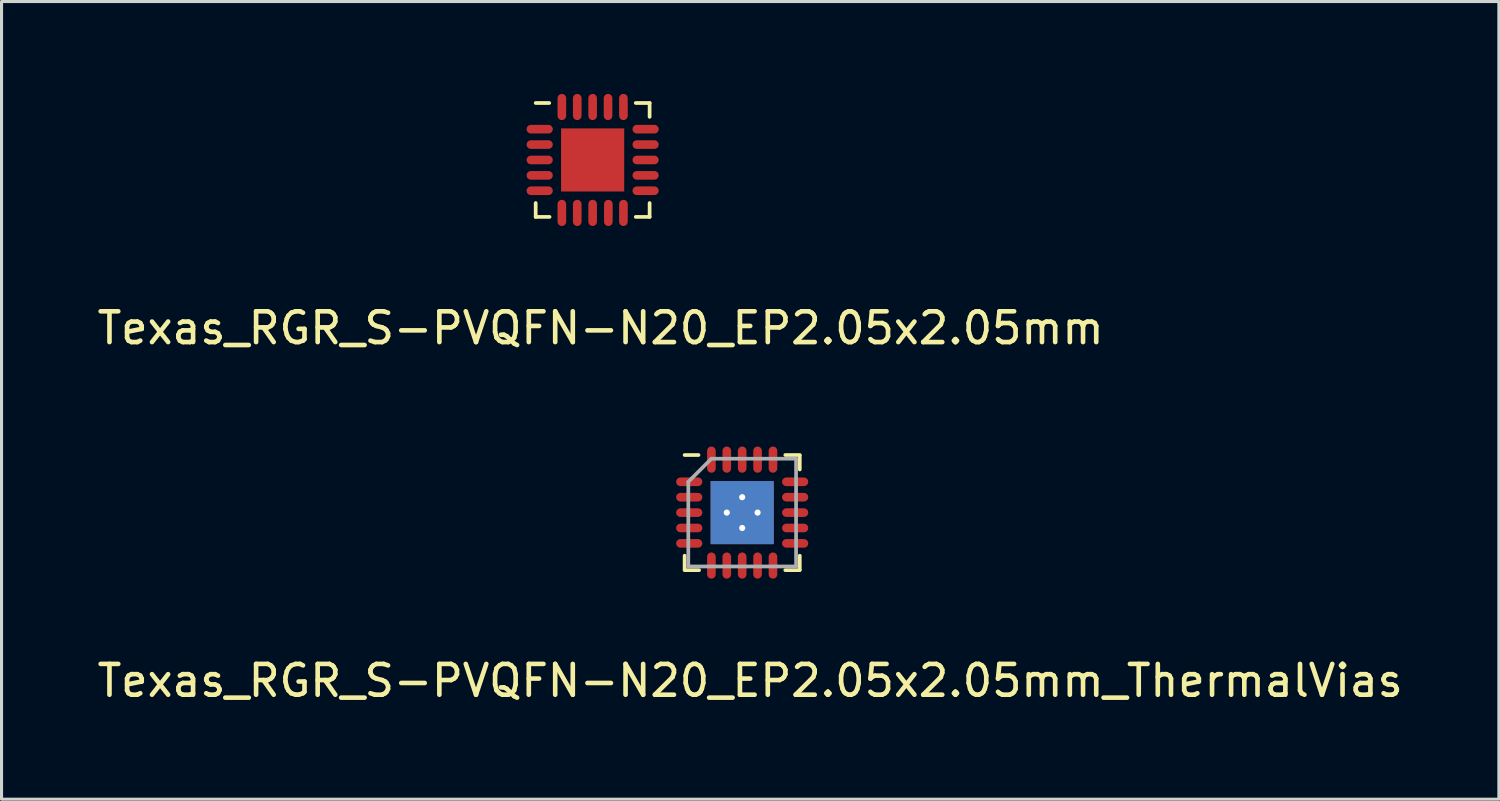
<source format=kicad_pcb>
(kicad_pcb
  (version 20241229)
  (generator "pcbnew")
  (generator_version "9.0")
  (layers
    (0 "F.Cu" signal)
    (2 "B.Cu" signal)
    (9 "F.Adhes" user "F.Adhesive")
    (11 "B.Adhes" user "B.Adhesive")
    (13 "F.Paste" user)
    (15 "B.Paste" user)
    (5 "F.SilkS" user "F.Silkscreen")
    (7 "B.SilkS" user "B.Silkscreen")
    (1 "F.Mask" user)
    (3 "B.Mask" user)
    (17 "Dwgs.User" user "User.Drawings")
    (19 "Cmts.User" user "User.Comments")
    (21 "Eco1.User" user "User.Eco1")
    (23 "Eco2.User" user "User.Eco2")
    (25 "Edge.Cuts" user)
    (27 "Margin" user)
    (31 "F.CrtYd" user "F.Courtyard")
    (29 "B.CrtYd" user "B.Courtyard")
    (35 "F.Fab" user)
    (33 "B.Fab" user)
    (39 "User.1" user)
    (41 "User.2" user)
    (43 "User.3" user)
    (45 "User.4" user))
  (footprint "Texas_RGR_S-PVQFN-N20_EP2.05x2.05mm"
    (layer "F.Cu")
    (at 16.198 2.145)
    (property "Reference" "Texas_RGR_S-PVQFN-N20_EP2.05x2.05mm" (at 0.26 5.46 0) (layer "F.SilkS") (effects (font (size 1 1) (thickness 0.15))))
    (attr smd)
    (fp_line (start -1.85 1.4) (end -1.85 1.85) (stroke (width 0.12) (type solid)) (layer "F.SilkS"))
    (fp_line (start -1.85 1.85) (end -1.4 1.85) (stroke (width 0.12) (type solid)) (layer "F.SilkS"))
    (fp_line (start -1.41 -1.85) (end -1.85 -1.85) (stroke (width 0.12) (type solid)) (layer "F.SilkS"))
    (fp_line (start 1.4 1.85) (end 1.85 1.85) (stroke (width 0.12) (type solid)) (layer "F.SilkS"))
    (fp_line (start 1.85 -1.85) (end 1.4 -1.85) (stroke (width 0.12) (type solid)) (layer "F.SilkS"))
    (fp_line (start 1.85 -1.85) (end 1.85 -1.4) (stroke (width 0.12) (type solid)) (layer "F.SilkS"))
    (fp_line (start 1.85 1.85) (end 1.85 1.4) (stroke (width 0.12) (type solid)) (layer "F.SilkS"))
    (pad "" smd oval (at -1.72 -1 270) (size 0.23 0.8) (layers "F.Paste"))
    (pad "" smd oval (at -1.72 -0.5 270) (size 0.23 0.8) (layers "F.Paste"))
    (pad "" smd oval (at -1.72 0 270) (size 0.23 0.8) (layers "F.Paste"))
    (pad "" smd oval (at -1.72 0.5 270) (size 0.23 0.8) (layers "F.Paste"))
    (pad "" smd oval (at -1.72 1 90) (size 0.23 0.8) (layers "F.Paste"))
    (pad "" smd oval (at -1 -1.72 180) (size 0.23 0.8) (layers "F.Paste"))
    (pad "" smd oval (at -1 1.72) (size 0.23 0.8) (layers "F.Paste"))
    (pad "" smd oval (at -0.5 -1.72 180) (size 0.23 0.8) (layers "F.Paste"))
    (pad "" smd oval (at -0.5 1.72) (size 0.23 0.8) (layers "F.Paste"))
    (pad "" smd rect (at -0.48 -0.48 180) (size 0.82 0.82) (layers "F.Paste"))
    (pad "" smd rect (at -0.48 0.48 180) (size 0.82 0.82) (layers "F.Paste"))
    (pad "" smd oval (at 0 -1.72) (size 0.23 0.8) (layers "F.Paste"))
    (pad "" smd oval (at 0 1.72) (size 0.23 0.8) (layers "F.Paste"))
    (pad "" smd rect (at 0.48 -0.48) (size 0.82 0.82) (layers "F.Paste"))
    (pad "" smd rect (at 0.48 -0.48) (size 0.82 0.82) (layers "F.Paste"))
    (pad "" smd rect (at 0.48 0.48 180) (size 0.82 0.82) (layers "F.Paste"))
    (pad "" smd oval (at 0.5 -1.72) (size 0.23 0.8) (layers "F.Paste"))
    (pad "" smd oval (at 0.5 1.72 180) (size 0.23 0.8) (layers "F.Paste"))
    (pad "" smd oval (at 1 -1.72) (size 0.23 0.8) (layers "F.Paste"))
    (pad "" smd oval (at 1 1.72) (size 0.23 0.8) (layers "F.Paste"))
    (pad "" smd oval (at 1.72 -1 270) (size 0.23 0.8) (layers "F.Paste"))
    (pad "" smd oval (at 1.72 -0.51 90) (size 0.23 0.8) (layers "F.Paste"))
    (pad "" smd oval (at 1.72 0 90) (size 0.23 0.8) (layers "F.Paste"))
    (pad "" smd oval (at 1.72 0.5 90) (size 0.23 0.8) (layers "F.Paste"))
    (pad "" smd oval (at 1.72 1 90) (size 0.23 0.8) (layers "F.Paste"))
    (pad "1" smd oval (at -1.72 -1 270) (size 0.28 0.85) (layers "F.Cu" "F.Mask"))
    (pad "2" smd oval (at -1.72 -0.5 270) (size 0.28 0.85) (layers "F.Cu" "F.Mask"))
    (pad "3" smd oval (at -1.72 0 270) (size 0.28 0.85) (layers "F.Cu" "F.Mask"))
    (pad "4" smd oval (at -1.72 0.5 90) (size 0.28 0.85) (layers "F.Cu" "F.Mask"))
    (pad "5" smd oval (at -1.72 1 270) (size 0.28 0.85) (layers "F.Cu" "F.Mask"))
    (pad "6" smd oval (at -1 1.72) (size 0.28 0.85) (layers "F.Cu" "F.Mask"))
    (pad "7" smd oval (at -0.5 1.72) (size 0.28 0.85) (layers "F.Cu" "F.Mask"))
    (pad "8" smd oval (at 0 1.72) (size 0.28 0.85) (layers "F.Cu" "F.Mask"))
    (pad "9" smd oval (at 0.51 1.72) (size 0.28 0.85) (layers "F.Cu" "F.Mask"))
    (pad "10" smd oval (at 1 1.72 180) (size 0.28 0.85) (layers "F.Cu" "F.Mask"))
    (pad "11" smd oval (at 1.72 1 270) (size 0.28 0.85) (layers "F.Cu" "F.Mask"))
    (pad "12" smd oval (at 1.72 0.5 270) (size 0.28 0.85) (layers "F.Cu" "F.Mask"))
    (pad "13" smd oval (at 1.72 0 270) (size 0.28 0.85) (layers "F.Cu" "F.Mask"))
    (pad "14" smd oval (at 1.72 -0.5 90) (size 0.28 0.85) (layers "F.Cu" "F.Mask"))
    (pad "15" smd oval (at 1.72 -1 270) (size 0.28 0.85) (layers "F.Cu" "F.Mask"))
    (pad "16" smd oval (at 1 -1.72 180) (size 0.28 0.85) (layers "F.Cu" "F.Mask"))
    (pad "17" smd oval (at 0.5 -1.72 180) (size 0.28 0.85) (layers "F.Cu" "F.Mask"))
    (pad "18" smd oval (at 0 -1.72 180) (size 0.28 0.85) (layers "F.Cu" "F.Mask"))
    (pad "19" smd oval (at -0.5 -1.72 180) (size 0.28 0.85) (layers "F.Cu" "F.Mask"))
    (pad "20" smd oval (at -1 -1.72) (size 0.28 0.85) (layers "F.Cu" "F.Mask"))
    (pad "21" smd rect (at 0 0 270) (size 2.05 2.05) (layers "F.Cu" "F.Mask")))
  (footprint "Texas_RGR_S-PVQFN-N20_EP2.05x2.05mm_ThermalVias"
    (layer "F.Cu")
    (at 21.055 13.598)
    (property "Reference" "Texas_RGR_S-PVQFN-N20_EP2.05x2.05mm_ThermalVias" (at 0.26 5.46 0) (layer "F.SilkS") (effects (font (size 1 1) (thickness 0.15))))
    (attr smd)
    (fp_line (start -1.87 -1.87) (end -1.42 -1.87) (stroke (width 0.12) (type solid)) (layer "F.SilkS"))
    (fp_line (start -1.87 1.85) (end -1.87 1.4) (stroke (width 0.12) (type solid)) (layer "F.SilkS"))
    (fp_line (start -1.87 1.87) (end -1.4 1.87) (stroke (width 0.12) (type solid)) (layer "F.SilkS"))
    (fp_line (start 1.87 -1.87) (end 1.4 -1.87) (stroke (width 0.12) (type solid)) (layer "F.SilkS"))
    (fp_line (start 1.87 -1.85) (end 1.87 -1.4) (stroke (width 0.12) (type solid)) (layer "F.SilkS"))
    (fp_line (start 1.87 1.85) (end 1.87 1.4) (stroke (width 0.12) (type solid)) (layer "F.SilkS"))
    (fp_line (start 1.87 1.87) (end 1.4 1.87) (stroke (width 0.12) (type solid)) (layer "F.SilkS"))
    (fp_line (start -1.75 -1) (end -1.75 1.75) (stroke (width 0.12) (type solid)) (layer "F.Fab"))
    (fp_line (start -1.75 1.75) (end 1.75 1.75) (stroke (width 0.12) (type solid)) (layer "F.Fab"))
    (fp_line (start -1 -1.75) (end -1.75 -1) (stroke (width 0.12) (type solid)) (layer "F.Fab"))
    (fp_line (start -1 -1.75) (end 1.75 -1.75) (stroke (width 0.12) (type solid)) (layer "F.Fab"))
    (fp_line (start 1.75 1.75) (end 1.75 -1.75) (stroke (width 0.12) (type solid)) (layer "F.Fab"))
    (pad "" smd oval (at -1.72 -1 270) (size 0.23 0.8) (layers "F.Paste"))
    (pad "" smd oval (at -1.72 -0.5 270) (size 0.23 0.8) (layers "F.Paste"))
    (pad "" smd oval (at -1.72 0 270) (size 0.23 0.8) (layers "F.Paste"))
    (pad "" smd oval (at -1.72 0.5 270) (size 0.23 0.8) (layers "F.Paste"))
    (pad "" smd oval (at -1.72 1 90) (size 0.23 0.8) (layers "F.Paste"))
    (pad "" smd oval (at -1 -1.72 180) (size 0.23 0.8) (layers "F.Paste"))
    (pad "" smd oval (at -1 1.72) (size 0.23 0.8) (layers "F.Paste"))
    (pad "" smd oval (at -0.5 -1.72 180) (size 0.23 0.8) (layers "F.Paste"))
    (pad "" smd oval (at -0.5 1.72) (size 0.23 0.8) (layers "F.Paste"))
    (pad "" smd rect (at -0.48 -0.48 180) (size 0.82 0.82) (layers "F.Paste"))
    (pad "" smd rect (at -0.48 0.48 180) (size 0.82 0.82) (layers "F.Paste"))
    (pad "" smd oval (at 0 -1.72) (size 0.23 0.8) (layers "F.Paste"))
    (pad "" smd oval (at 0 1.72) (size 0.23 0.8) (layers "F.Paste"))
    (pad "" smd rect (at 0.48 -0.48) (size 0.82 0.82) (layers "F.Paste"))
    (pad "" smd rect (at 0.48 -0.48) (size 0.82 0.82) (layers "F.Paste"))
    (pad "" smd rect (at 0.48 0.48 180) (size 0.82 0.82) (layers "F.Paste"))
    (pad "" smd oval (at 0.5 -1.72) (size 0.23 0.8) (layers "F.Paste"))
    (pad "" smd oval (at 0.5 1.72 180) (size 0.23 0.8) (layers "F.Paste"))
    (pad "" smd oval (at 1 -1.72) (size 0.23 0.8) (layers "F.Paste"))
    (pad "" smd oval (at 1 1.72) (size 0.23 0.8) (layers "F.Paste"))
    (pad "" smd oval (at 1.72 -1 270) (size 0.23 0.8) (layers "F.Paste"))
    (pad "" smd oval (at 1.72 -0.51 90) (size 0.23 0.8) (layers "F.Paste"))
    (pad "" smd oval (at 1.72 0 90) (size 0.23 0.8) (layers "F.Paste"))
    (pad "" smd oval (at 1.72 0.5 90) (size 0.23 0.8) (layers "F.Paste"))
    (pad "" smd oval (at 1.72 1 90) (size 0.23 0.8) (layers "F.Paste"))
    (pad "1" smd oval (at -1.72 -1 270) (size 0.28 0.85) (layers "F.Cu" "F.Mask"))
    (pad "2" smd oval (at -1.72 -0.5 270) (size 0.28 0.85) (layers "F.Cu" "F.Mask"))
    (pad "3" smd oval (at -1.72 0 270) (size 0.28 0.85) (layers "F.Cu" "F.Mask"))
    (pad "4" smd oval (at -1.72 0.5 90) (size 0.28 0.85) (layers "F.Cu" "F.Mask"))
    (pad "5" smd oval (at -1.72 1 270) (size 0.28 0.85) (layers "F.Cu" "F.Mask"))
    (pad "6" smd oval (at -1 1.72) (size 0.28 0.85) (layers "F.Cu" "F.Mask"))
    (pad "7" smd oval (at -0.5 1.72) (size 0.28 0.85) (layers "F.Cu" "F.Mask"))
    (pad "8" smd oval (at 0 1.72) (size 0.28 0.85) (layers "F.Cu" "F.Mask"))
    (pad "9" smd oval (at 0.5 1.72) (size 0.28 0.85) (layers "F.Cu" "F.Mask"))
    (pad "10" smd oval (at 1 1.72 180) (size 0.28 0.85) (layers "F.Cu" "F.Mask"))
    (pad "11" smd oval (at 1.72 1 270) (size 0.28 0.85) (layers "F.Cu" "F.Mask"))
    (pad "12" smd oval (at 1.72 0.5 270) (size 0.28 0.85) (layers "F.Cu" "F.Mask"))
    (pad "13" smd oval (at 1.72 0 270) (size 0.28 0.85) (layers "F.Cu" "F.Mask"))
    (pad "14" smd oval (at 1.72 -0.5 90) (size 0.28 0.85) (layers "F.Cu" "F.Mask"))
    (pad "15" smd oval (at 1.72 -1 270) (size 0.28 0.85) (layers "F.Cu" "F.Mask"))
    (pad "16" smd oval (at 1 -1.72 180) (size 0.28 0.85) (layers "F.Cu" "F.Mask"))
    (pad "17" smd oval (at 0.5 -1.72 180) (size 0.28 0.85) (layers "F.Cu" "F.Mask"))
    (pad "18" smd oval (at 0 -1.72 180) (size 0.28 0.85) (layers "F.Cu" "F.Mask"))
    (pad "19" smd oval (at -0.5 -1.72 180) (size 0.28 0.85) (layers "F.Cu" "F.Mask"))
    (pad "20" smd oval (at -1 -1.72) (size 0.28 0.85) (layers "F.Cu" "F.Mask"))
    (pad "21" thru_hole circle (at -0.5 0 270) (size 0.21 0.21) (drill 0.2) (layers "*.Cu" "F.Mask"))
    (pad "21" thru_hole circle (at 0 -0.5 270) (size 0.21 0.21) (drill 0.2) (layers "*.Cu" "F.Mask"))
    (pad "21" smd rect (at 0 0 270) (size 2.05 2.05) (layers "F.Cu" "F.Mask"))
    (pad "21" smd rect (at 0 0) (size 2.05 2.05) (layers "B.Cu"))
    (pad "21" thru_hole circle (at 0 0.5 270) (size 0.21 0.21) (drill 0.2) (layers "*.Cu" "F.Mask"))
    (pad "21" thru_hole circle (at 0.5 0 270) (size 0.21 0.21) (drill 0.2) (layers "*.Cu" "F.Mask")))
  (gr_rect
    (start -3 -3)
    (end 45.631 22.907)
    (stroke (width 0.1) (type default))
    (fill no)
    (layer "Edge.Cuts")))
</source>
